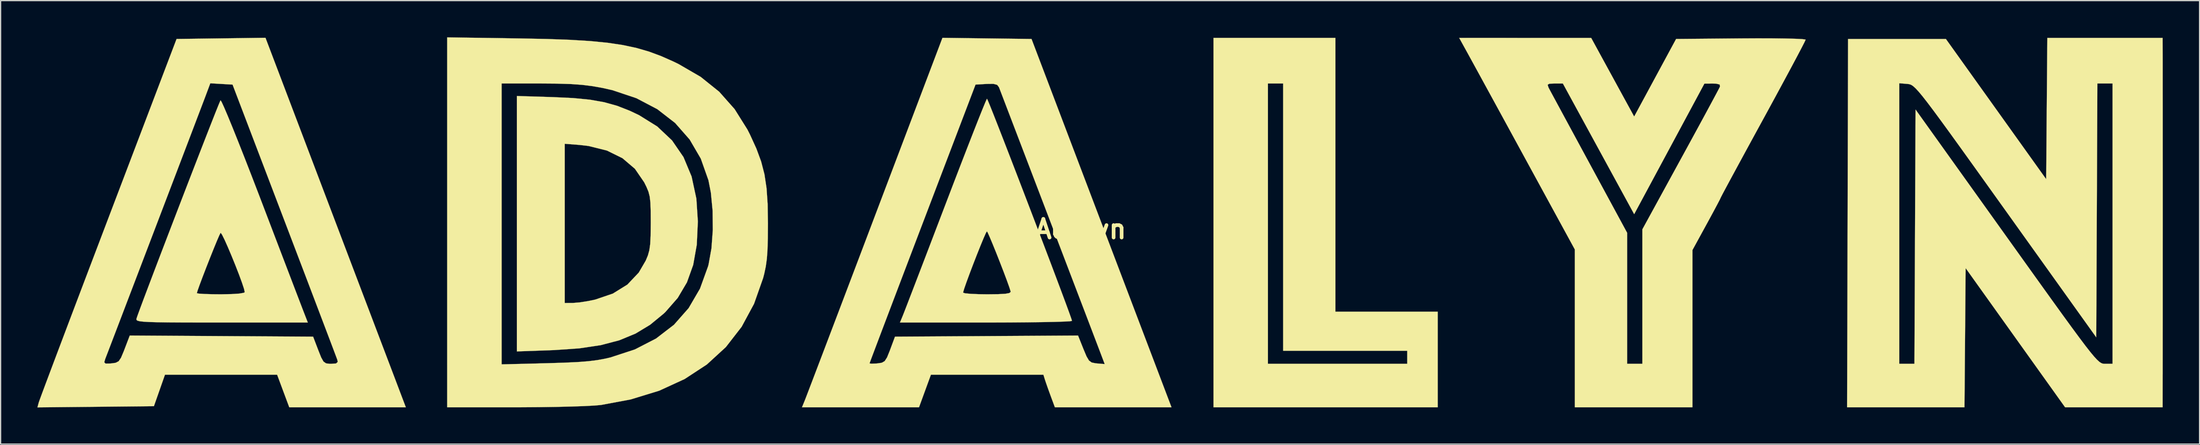
<source format=kicad_pcb>
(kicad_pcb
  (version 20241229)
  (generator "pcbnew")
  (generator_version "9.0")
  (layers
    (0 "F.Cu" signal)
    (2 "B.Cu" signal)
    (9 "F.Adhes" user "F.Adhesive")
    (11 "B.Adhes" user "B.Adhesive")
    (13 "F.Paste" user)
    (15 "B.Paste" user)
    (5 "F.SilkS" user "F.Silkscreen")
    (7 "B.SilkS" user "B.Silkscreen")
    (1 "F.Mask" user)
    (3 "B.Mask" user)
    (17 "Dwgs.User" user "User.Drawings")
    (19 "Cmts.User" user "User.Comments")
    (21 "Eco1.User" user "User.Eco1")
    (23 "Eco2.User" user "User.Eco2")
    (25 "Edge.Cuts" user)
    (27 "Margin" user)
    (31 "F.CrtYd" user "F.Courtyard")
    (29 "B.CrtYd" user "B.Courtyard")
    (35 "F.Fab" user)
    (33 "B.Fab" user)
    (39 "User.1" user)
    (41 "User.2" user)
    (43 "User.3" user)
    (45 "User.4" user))
  (footprint "Adalyn"
    (layer "F.Cu")
    (at 85.126 15.677)
    (property "Reference" "Adalyn" (at 0 0 0) (layer "F.SilkS") (effects (font (size 1.524 1.524) (thickness 0.3))))
    (attr through_hole)
    (fp_poly (pts (xy 20.782 6.75) (xy 29.13 6.75) (xy 29.13 14.565) (xy 10.835 14.565) (xy 10.835 -11.901) (xy 15.276 -11.901) (xy 15.276 11.013) (xy 26.643 11.013) (xy 26.643 9.947) (xy 16.519 9.947) (xy 16.519 -11.901) (xy 15.276 -11.901) (xy 10.835 -11.901) (xy 10.835 -15.631) (xy 20.782 -15.631) (xy 20.782 6.75)) (stroke (width 0.01) (type solid)) (fill yes) (layer "F.SilkS"))
    (fp_poly (pts (xy -43.029 -10.788) (xy -41.402 -10.711) (xy -40.047 -10.579) (xy -38.883 -10.373) (xy -37.827 -10.079) (xy -36.8 -9.677) (xy -36.037 -9.315) (xy -34.551 -8.389) (xy -33.342 -7.247) (xy -32.408 -5.885) (xy -31.747 -4.299) (xy -31.357 -2.487) (xy -31.236 -0.622) (xy -31.324 1.278) (xy -31.615 2.922) (xy -32.128 4.355) (xy -32.878 5.624) (xy -33.882 6.774) (xy -34.031 6.916) (xy -35.13 7.82) (xy -36.318 8.539) (xy -37.645 9.089) (xy -39.16 9.487) (xy -40.913 9.749) (xy -42.953 9.89) (xy -43.118 9.896) (xy -46.004 9.999) (xy -46.004 6.039) (xy -42.097 6.039) (xy -41.43 6.037) (xy -40.897 5.993) (xy -40.192 5.883) (xy -39.612 5.762) (xy -38.172 5.271) (xy -36.988 4.536) (xy -36.058 3.553) (xy -35.489 2.576) (xy -35.313 2.152) (xy -35.196 1.73) (xy -35.125 1.224) (xy -35.091 0.548) (xy -35.081 -0.385) (xy -35.08 -0.545) (xy -35.085 -1.487) (xy -35.108 -2.161) (xy -35.164 -2.655) (xy -35.267 -3.057) (xy -35.432 -3.455) (xy -35.616 -3.826) (xy -36.373 -4.93) (xy -37.39 -5.796) (xy -38.657 -6.42) (xy -40.162 -6.795) (xy -40.898 -6.88) (xy -42.097 -6.975) (xy -42.097 6.039) (xy -46.004 6.039) (xy -46.004 -10.88) (xy -43.029 -10.788)) (stroke (width 0.01) (type solid)) (fill yes) (layer "F.SilkS"))
    (fp_poly (pts (xy -7.569 -10.494) (xy -7.381 -10.038) (xy -7.096 -9.322) (xy -6.728 -8.385) (xy -6.291 -7.262) (xy -5.799 -5.99) (xy -5.266 -4.606) (xy -4.706 -3.147) (xy -4.133 -1.649) (xy -3.561 -0.149) (xy -3.004 1.315) (xy -2.476 2.708) (xy -1.992 3.993) (xy -1.565 5.133) (xy -1.209 6.09) (xy -0.938 6.83) (xy -0.767 7.313) (xy -0.709 7.505) (xy -0.88 7.534) (xy -1.369 7.561) (xy -2.138 7.585) (xy -3.149 7.605) (xy -4.363 7.621) (xy -5.743 7.632) (xy -7.252 7.637) (xy -7.729 7.638) (xy -14.747 7.638) (xy -14.509 7.06) (xy -14.401 6.785) (xy -14.179 6.212) (xy -13.857 5.373) (xy -13.788 5.195) (xy -9.595 5.195) (xy -9.428 5.249) (xy -8.977 5.292) (xy -8.315 5.32) (xy -7.625 5.329) (xy -6.731 5.319) (xy -6.145 5.287) (xy -5.821 5.227) (xy -5.713 5.133) (xy -5.715 5.099) (xy -5.823 4.756) (xy -6.022 4.2) (xy -6.285 3.498) (xy -6.585 2.722) (xy -6.892 1.942) (xy -7.181 1.229) (xy -7.423 0.651) (xy -7.59 0.28) (xy -7.652 0.179) (xy -7.742 0.334) (xy -7.927 0.752) (xy -8.179 1.363) (xy -8.472 2.098) (xy -8.778 2.886) (xy -9.07 3.656) (xy -9.321 4.34) (xy -9.504 4.866) (xy -9.591 5.164) (xy -9.595 5.195) (xy -13.788 5.195) (xy -13.447 4.305) (xy -12.962 3.039) (xy -12.416 1.61) (xy -11.822 0.052) (xy -11.191 -1.602) (xy -11.006 -2.087) (xy -10.375 -3.739) (xy -9.78 -5.287) (xy -9.234 -6.698) (xy -8.749 -7.943) (xy -8.337 -8.99) (xy -8.01 -9.808) (xy -7.78 -10.367) (xy -7.659 -10.635) (xy -7.645 -10.654) (xy -7.569 -10.494)) (stroke (width 0.01) (type solid)) (fill yes) (layer "F.SilkS"))
    (fp_poly (pts (xy -70.094 -10.395) (xy -69.894 -9.96) (xy -69.593 -9.253) (xy -69.205 -8.307) (xy -68.742 -7.151) (xy -68.216 -5.817) (xy -67.64 -4.335) (xy -67.025 -2.736) (xy -66.881 -2.358) (xy -66.248 -0.697) (xy -65.645 0.886) (xy -65.084 2.357) (xy -64.579 3.68) (xy -64.145 4.818) (xy -63.794 5.736) (xy -63.54 6.399) (xy -63.398 6.77) (xy -63.388 6.794) (xy -63.061 7.638) (xy -70.095 7.638) (xy -71.862 7.637) (xy -73.306 7.634) (xy -74.458 7.627) (xy -75.351 7.614) (xy -76.016 7.595) (xy -76.486 7.567) (xy -76.792 7.53) (xy -76.966 7.482) (xy -77.041 7.421) (xy -77.047 7.346) (xy -77.043 7.327) (xy -76.948 7.049) (xy -76.743 6.488) (xy -76.443 5.682) (xy -76.275 5.238) (xy -72.115 5.238) (xy -71.949 5.274) (xy -71.5 5.304) (xy -70.839 5.323) (xy -70.161 5.329) (xy -69.291 5.313) (xy -68.646 5.271) (xy -68.277 5.205) (xy -68.207 5.153) (xy -68.268 4.876) (xy -68.434 4.374) (xy -68.675 3.716) (xy -68.965 2.969) (xy -69.276 2.202) (xy -69.58 1.483) (xy -69.848 0.881) (xy -70.055 0.464) (xy -70.17 0.301) (xy -70.179 0.303) (xy -70.279 0.501) (xy -70.476 0.958) (xy -70.74 1.601) (xy -71.042 2.356) (xy -71.353 3.149) (xy -71.645 3.908) (xy -71.888 4.558) (xy -72.054 5.026) (xy -72.115 5.238) (xy -76.275 5.238) (xy -76.06 4.667) (xy -75.611 3.481) (xy -75.109 2.162) (xy -74.568 0.746) (xy -74.003 -0.728) (xy -73.429 -2.224) (xy -72.859 -3.705) (xy -72.308 -5.131) (xy -71.79 -6.468) (xy -71.32 -7.676) (xy -70.912 -8.719) (xy -70.581 -9.56) (xy -70.34 -10.16) (xy -70.205 -10.483) (xy -70.181 -10.528) (xy -70.094 -10.395)) (stroke (width 0.01) (type solid)) (fill yes) (layer "F.SilkS"))
    (fp_poly (pts (xy 88.281 -14.654) (xy 88.282 -14.307) (xy 88.283 -13.639) (xy 88.283 -12.681) (xy 88.283 -11.467) (xy 88.284 -10.03) (xy 88.284 -8.404) (xy 88.284 -6.62) (xy 88.285 -4.713) (xy 88.285 -2.715) (xy 88.285 -2.22) (xy 88.285 -0.145) (xy 88.284 1.895) (xy 88.284 3.86) (xy 88.284 5.71) (xy 88.284 7.406) (xy 88.283 8.908) (xy 88.283 10.177) (xy 88.282 11.173) (xy 88.282 11.857) (xy 88.281 11.901) (xy 88.278 14.565) (xy 80.319 14.565) (xy 76.261 8.877) (xy 72.203 3.189) (xy 72.11 14.565) (xy 62.533 14.565) (xy 62.543 11.013) (xy 66.786 11.013) (xy 68.027 11.013) (xy 68.072 0.62) (xy 68.118 -9.772) (xy 75.54 0.62) (xy 76.956 2.602) (xy 78.181 4.315) (xy 79.229 5.777) (xy 80.117 7.01) (xy 80.86 8.032) (xy 81.472 8.863) (xy 81.969 9.524) (xy 82.366 10.033) (xy 82.679 10.41) (xy 82.923 10.676) (xy 83.112 10.849) (xy 83.263 10.949) (xy 83.39 10.997) (xy 83.508 11.012) (xy 83.578 11.013) (xy 84.193 11.013) (xy 84.193 -11.901) (xy 82.952 -11.901) (xy 82.907 -1.527) (xy 82.861 8.846) (xy 75.484 -1.483) (xy 74.073 -3.458) (xy 72.853 -5.165) (xy 71.809 -6.621) (xy 70.925 -7.848) (xy 70.185 -8.866) (xy 69.576 -9.693) (xy 69.08 -10.351) (xy 68.684 -10.858) (xy 68.37 -11.235) (xy 68.125 -11.501) (xy 67.933 -11.677) (xy 67.778 -11.783) (xy 67.645 -11.837) (xy 67.518 -11.86) (xy 67.447 -11.867) (xy 66.786 -11.922) (xy 66.786 11.013) (xy 62.543 11.013) (xy 62.573 -0.488) (xy 62.612 -15.542) (xy 70.592 -15.542) (xy 74.684 -9.811) (xy 78.776 -4.08) (xy 78.822 -9.856) (xy 78.869 -15.631) (xy 88.278 -15.631) (xy 88.281 -14.654)) (stroke (width 0.01) (type solid)) (fill yes) (layer "F.SilkS"))
    (fp_poly (pts (xy -45.782 -15.585) (xy -43.571 -15.541) (xy -41.669 -15.472) (xy -40.032 -15.372) (xy -38.615 -15.233) (xy -37.372 -15.048) (xy -36.259 -14.81) (xy -35.23 -14.512) (xy -34.241 -14.145) (xy -33.247 -13.704) (xy -32.815 -13.494) (xy -31.009 -12.445) (xy -29.494 -11.227) (xy -28.235 -9.804) (xy -27.192 -8.138) (xy -26.984 -7.727) (xy -26.46 -6.578) (xy -26.072 -5.524) (xy -25.802 -4.478) (xy -25.632 -3.349) (xy -25.543 -2.049) (xy -25.518 -0.487) (xy -25.518 -0.444) (xy -25.527 0.761) (xy -25.554 1.691) (xy -25.607 2.429) (xy -25.693 3.053) (xy -25.818 3.646) (xy -25.909 3.997) (xy -26.651 6.105) (xy -27.666 7.988) (xy -28.95 9.643) (xy -30.501 11.067) (xy -32.315 12.256) (xy -34.389 13.21) (xy -36.719 13.925) (xy -39.134 14.376) (xy -39.664 14.423) (xy -40.492 14.467) (xy -41.559 14.504) (xy -42.809 14.534) (xy -44.183 14.554) (xy -45.624 14.564) (xy -46.106 14.565) (xy -51.688 14.565) (xy -51.688 -11.901) (xy -47.248 -11.901) (xy -47.248 11.057) (xy -43.562 10.963) (xy -42.171 10.921) (xy -41.068 10.869) (xy -40.183 10.801) (xy -39.45 10.71) (xy -38.799 10.591) (xy -38.366 10.49) (xy -36.376 9.837) (xy -34.649 8.947) (xy -33.187 7.821) (xy -31.991 6.462) (xy -31.063 4.869) (xy -30.404 3.046) (xy -30.361 2.883) (xy -30.126 1.572) (xy -30.016 0.065) (xy -30.032 -1.498) (xy -30.175 -2.981) (xy -30.373 -3.995) (xy -30.997 -5.762) (xy -31.908 -7.325) (xy -33.094 -8.676) (xy -34.546 -9.803) (xy -36.251 -10.699) (xy -38.199 -11.353) (xy -39.016 -11.539) (xy -39.849 -11.687) (xy -40.687 -11.791) (xy -41.619 -11.857) (xy -42.734 -11.891) (xy -44.034 -11.901) (xy -47.248 -11.901) (xy -51.688 -11.901) (xy -51.688 -15.672) (xy -45.782 -15.585)) (stroke (width 0.01) (type solid)) (fill yes) (layer "F.SilkS"))
    (fp_poly (pts (xy -7.646 -15.588) (xy -4.012 -15.542) (xy 1.698 -0.488) (xy 7.409 14.565) (xy -2.106 14.565) (xy -2.451 13.633) (xy -2.669 13.033) (xy -2.85 12.513) (xy -2.92 12.3) (xy -3.044 11.901) (xy -12.22 11.901) (xy -13.192 14.565) (xy -22.74 14.565) (xy -22.505 13.988) (xy -22.408 13.738) (xy -22.195 13.18) (xy -21.875 12.341) (xy -21.458 11.245) (xy -21.356 10.977) (xy -17.229 10.977) (xy -17.073 11.001) (xy -16.688 10.987) (xy -16.587 10.979) (xy -16.229 10.926) (xy -15.992 10.79) (xy -15.8 10.489) (xy -15.579 9.942) (xy -15.548 9.858) (xy -15.152 8.792) (xy -7.684 8.746) (xy -0.217 8.7) (xy 0.227 9.812) (xy 0.477 10.406) (xy 0.677 10.745) (xy 0.901 10.907) (xy 1.222 10.971) (xy 1.315 10.979) (xy 1.959 11.034) (xy 1.535 9.913) (xy 1.384 9.516) (xy 1.127 8.841) (xy 0.778 7.923) (xy 0.349 6.796) (xy -0.147 5.496) (xy -0.696 4.056) (xy -1.285 2.511) (xy -1.9 0.897) (xy -2.53 -0.754) (xy -3.159 -2.405) (xy -3.776 -4.023) (xy -4.367 -5.572) (xy -4.919 -7.018) (xy -5.419 -8.327) (xy -5.853 -9.464) (xy -6.208 -10.394) (xy -6.471 -11.083) (xy -6.629 -11.496) (xy -6.669 -11.598) (xy -6.815 -11.791) (xy -7.117 -11.872) (xy -7.67 -11.866) (xy -7.687 -11.865) (xy -8.58 -11.812) (xy -12.905 -0.446) (xy -13.632 1.465) (xy -14.32 3.277) (xy -14.96 4.962) (xy -15.541 6.495) (xy -16.053 7.847) (xy -16.486 8.991) (xy -16.829 9.901) (xy -17.073 10.55) (xy -17.206 10.91) (xy -17.229 10.977) (xy -21.356 10.977) (xy -20.953 9.916) (xy -20.371 8.381) (xy -19.719 6.663) (xy -19.009 4.789) (xy -18.249 2.784) (xy -17.449 0.671) (xy -16.775 -1.112) (xy -11.279 -15.634) (xy -7.646 -15.588)) (stroke (width 0.01) (type solid)) (fill yes) (layer "F.SilkS"))
    (fp_poly (pts (xy 36.267 -15.628) (xy 41.652 -15.626) (xy 42.111 -14.785) (xy 42.362 -14.323) (xy 42.739 -13.632) (xy 43.197 -12.793) (xy 43.691 -11.888) (xy 43.863 -11.572) (xy 45.158 -9.201) (xy 48.58 -15.542) (xy 53.864 -15.589) (xy 55.193 -15.596) (xy 56.399 -15.593) (xy 57.44 -15.58) (xy 58.27 -15.56) (xy 58.848 -15.532) (xy 59.128 -15.497) (xy 59.148 -15.484) (xy 59.066 -15.3) (xy 58.83 -14.838) (xy 58.46 -14.132) (xy 57.973 -13.216) (xy 57.386 -12.124) (xy 56.719 -10.888) (xy 55.989 -9.543) (xy 55.685 -8.986) (xy 54.935 -7.611) (xy 54.241 -6.335) (xy 53.621 -5.191) (xy 53.092 -4.213) (xy 52.673 -3.434) (xy 52.381 -2.887) (xy 52.235 -2.604) (xy 52.221 -2.573) (xy 52.141 -2.401) (xy 51.92 -1.978) (xy 51.59 -1.361) (xy 51.183 -0.609) (xy 51.066 -0.395) (xy 49.912 1.717) (xy 49.912 14.565) (xy 40.32 14.565) (xy 40.32 1.671) (xy 36.31 -5.692) (xy 35.472 -7.231) (xy 34.663 -8.716) (xy 33.903 -10.11) (xy 33.213 -11.375) (xy 32.982 -11.798) (xy 38.098 -11.798) (xy 38.168 -11.578) (xy 38.207 -11.501) (xy 38.337 -11.256) (xy 38.617 -10.737) (xy 39.024 -9.982) (xy 39.539 -9.028) (xy 40.141 -7.913) (xy 40.81 -6.675) (xy 41.499 -5.401) (xy 44.583 0.3) (xy 44.583 11.013) (xy 45.827 11.013) (xy 45.827 0.021) (xy 48.948 -5.693) (xy 49.664 -7.005) (xy 50.327 -8.224) (xy 50.918 -9.314) (xy 51.416 -10.239) (xy 51.803 -10.961) (xy 52.059 -11.445) (xy 52.164 -11.654) (xy 52.164 -11.654) (xy 52.135 -11.82) (xy 51.839 -11.89) (xy 51.574 -11.896) (xy 50.889 -11.892) (xy 48.024 -6.556) (xy 45.159 -1.22) (xy 42.251 -6.559) (xy 39.343 -11.898) (xy 38.671 -11.9) (xy 38.242 -11.885) (xy 38.098 -11.798) (xy 32.982 -11.798) (xy 32.614 -12.473) (xy 32.126 -13.366) (xy 31.77 -14.016) (xy 31.591 -14.343) (xy 30.881 -15.631) (xy 36.267 -15.628)) (stroke (width 0.01) (type solid)) (fill yes) (layer "F.SilkS"))
    (fp_poly (pts (xy -61.109 -1.38) (xy -60.287 0.788) (xy -59.496 2.875) (xy -58.745 4.856) (xy -58.044 6.703) (xy -57.404 8.393) (xy -56.833 9.897) (xy -56.342 11.192) (xy -55.941 12.249) (xy -55.64 13.045) (xy -55.448 13.552) (xy -55.384 13.721) (xy -55.064 14.565) (xy -64.574 14.565) (xy -65.07 13.233) (xy -65.565 11.901) (xy -74.715 11.901) (xy -75.618 14.476) (xy -80.37 14.524) (xy -85.121 14.571) (xy -85.012 14.168) (xy -84.934 13.945) (xy -84.739 13.415) (xy -84.436 12.602) (xy -84.034 11.53) (xy -83.793 10.889) (xy -79.669 10.889) (xy -79.562 10.992) (xy -79.195 10.987) (xy -79.094 10.979) (xy -78.735 10.929) (xy -78.495 10.802) (xy -78.303 10.518) (xy -78.084 9.999) (xy -78.012 9.812) (xy -77.588 8.7) (xy -70.109 8.746) (xy -62.629 8.792) (xy -62.205 9.902) (xy -61.969 10.494) (xy -61.782 10.827) (xy -61.574 10.974) (xy -61.277 11.012) (xy -61.163 11.013) (xy -60.754 10.982) (xy -60.621 10.858) (xy -60.647 10.702) (xy -60.726 10.486) (xy -60.921 9.967) (xy -61.221 9.172) (xy -61.616 8.13) (xy -62.094 6.869) (xy -62.645 5.417) (xy -63.258 3.801) (xy -63.924 2.052) (xy -64.63 0.196) (xy -64.975 -0.71) (xy -69.201 -11.812) (xy -70.109 -11.865) (xy -71.017 -11.918) (xy -71.402 -10.888) (xy -71.517 -10.584) (xy -71.745 -9.983) (xy -72.072 -9.123) (xy -72.484 -8.038) (xy -72.968 -6.765) (xy -73.51 -5.341) (xy -74.097 -3.799) (xy -74.714 -2.178) (xy -75.348 -0.512) (xy -75.986 1.162) (xy -76.613 2.809) (xy -77.216 4.392) (xy -77.782 5.875) (xy -78.295 7.224) (xy -78.744 8.401) (xy -79.114 9.37) (xy -79.391 10.096) (xy -79.563 10.543) (xy -79.593 10.624) (xy -79.669 10.889) (xy -83.793 10.889) (xy -83.543 10.224) (xy -82.972 8.709) (xy -82.33 7.009) (xy -81.626 5.149) (xy -80.87 3.153) (xy -80.07 1.046) (xy -79.336 -0.888) (xy -73.769 -15.542) (xy -70.142 -15.59) (xy -66.515 -15.638) (xy -61.109 -1.38)) (stroke (width 0.01) (type solid)) (fill yes) (layer "F.SilkS")))
  (gr_rect
    (start -3 -3)
    (end 176.416 33.253)
    (stroke (width 0.1) (type default))
    (fill no)
    (layer "Edge.Cuts")))
</source>
